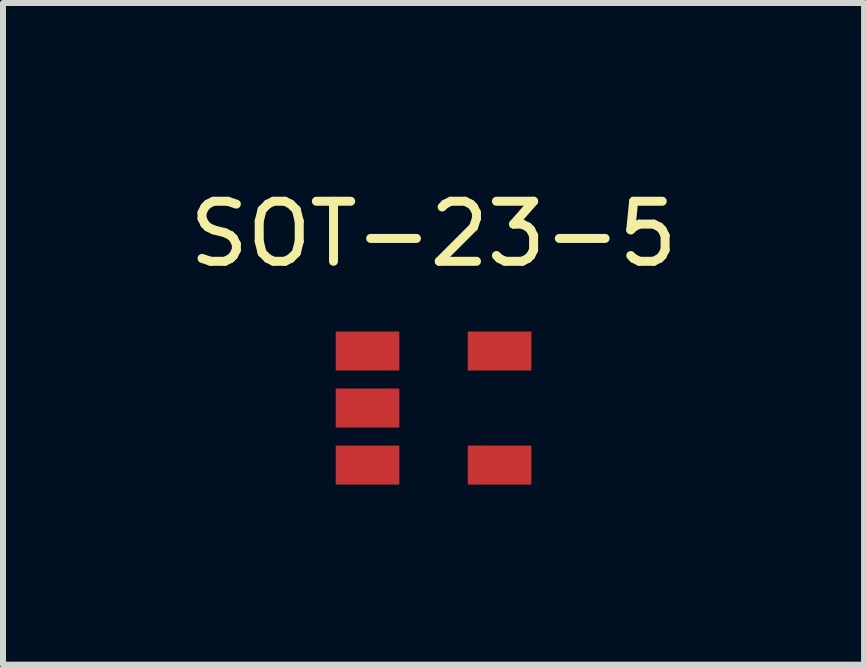
<source format=kicad_pcb>
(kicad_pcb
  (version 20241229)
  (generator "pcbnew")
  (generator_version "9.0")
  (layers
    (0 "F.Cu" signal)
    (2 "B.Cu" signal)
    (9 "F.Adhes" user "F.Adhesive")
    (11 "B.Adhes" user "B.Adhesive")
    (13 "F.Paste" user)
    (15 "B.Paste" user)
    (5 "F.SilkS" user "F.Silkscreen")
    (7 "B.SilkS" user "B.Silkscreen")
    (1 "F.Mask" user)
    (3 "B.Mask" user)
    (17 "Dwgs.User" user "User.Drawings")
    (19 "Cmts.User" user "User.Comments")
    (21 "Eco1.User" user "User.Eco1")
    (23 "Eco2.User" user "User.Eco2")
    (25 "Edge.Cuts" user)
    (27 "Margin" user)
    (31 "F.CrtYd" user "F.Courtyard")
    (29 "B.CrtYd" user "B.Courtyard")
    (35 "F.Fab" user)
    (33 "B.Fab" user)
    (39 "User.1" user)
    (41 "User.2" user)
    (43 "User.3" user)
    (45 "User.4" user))
  (footprint "SOT-23-5"
    (layer "F.Cu")
    (at 4.173 3.748)
    (property "Reference" "SOT-23-5" (at 0 -2.9 0) (layer "F.SilkS") (effects (font (size 1 1) (thickness 0.15))))
    (attr smd)
    (pad "1" smd rect (at -1.1 -0.95) (size 1.06 0.65) (layers "F.Cu" "F.Mask" "F.Paste"))
    (pad "2" smd rect (at -1.1 0) (size 1.06 0.65) (layers "F.Cu" "F.Mask" "F.Paste"))
    (pad "3" smd rect (at -1.1 0.95) (size 1.06 0.65) (layers "F.Cu" "F.Mask" "F.Paste"))
    (pad "4" smd rect (at 1.1 0.95) (size 1.06 0.65) (layers "F.Cu" "F.Mask" "F.Paste"))
    (pad "5" smd rect (at 1.1 -0.95) (size 1.06 0.65) (layers "F.Cu" "F.Mask" "F.Paste")))
  (gr_rect
    (start -3 -3)
    (end 11.345 8.023)
    (stroke (width 0.1) (type default))
    (fill no)
    (layer "Edge.Cuts")))
</source>
